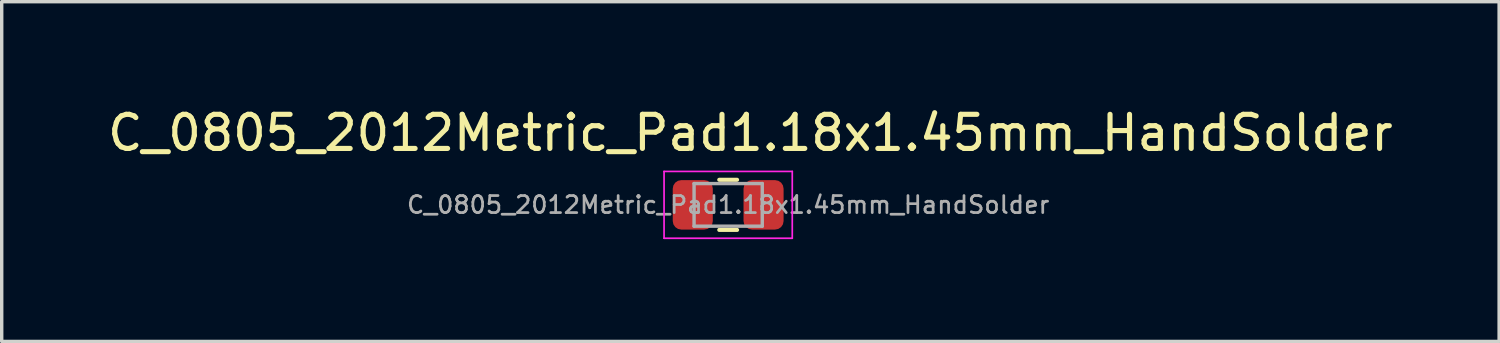
<source format=kicad_pcb>
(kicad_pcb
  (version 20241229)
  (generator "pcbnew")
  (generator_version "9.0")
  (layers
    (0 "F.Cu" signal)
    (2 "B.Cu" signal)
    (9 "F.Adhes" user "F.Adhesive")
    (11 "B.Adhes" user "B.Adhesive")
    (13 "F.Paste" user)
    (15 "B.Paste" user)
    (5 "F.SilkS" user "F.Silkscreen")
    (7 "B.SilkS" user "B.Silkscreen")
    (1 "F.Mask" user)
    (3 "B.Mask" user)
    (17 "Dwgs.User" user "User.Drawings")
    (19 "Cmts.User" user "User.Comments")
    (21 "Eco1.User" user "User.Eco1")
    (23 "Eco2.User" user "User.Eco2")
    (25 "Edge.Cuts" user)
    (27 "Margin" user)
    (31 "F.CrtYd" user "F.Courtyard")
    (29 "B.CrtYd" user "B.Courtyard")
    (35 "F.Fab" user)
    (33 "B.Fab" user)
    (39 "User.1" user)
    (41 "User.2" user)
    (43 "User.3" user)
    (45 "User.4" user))
  (footprint "C_0805_2012Metric_Pad1.18x1.45mm_HandSolder"
    (layer "F.Cu")
    (at 18.306 2.958)
    (property "Reference" "C_0805_2012Metric_Pad1.18x1.45mm_HandSolder" (at 0.652 -2.11 180) (layer "F.SilkS") (effects (font (size 1 1) (thickness 0.15))))
    (attr smd)
    (fp_line (start -0.261 -0.735) (end 0.261 -0.735) (stroke (width 0.12) (type solid)) (layer "F.SilkS"))
    (fp_line (start -0.261 0.735) (end 0.261 0.735) (stroke (width 0.12) (type solid)) (layer "F.SilkS"))
    (fp_line (start -1.88 -0.98) (end 1.88 -0.98) (stroke (width 0.05) (type solid)) (layer "F.CrtYd"))
    (fp_line (start -1.88 0.98) (end -1.88 -0.98) (stroke (width 0.05) (type solid)) (layer "F.CrtYd"))
    (fp_line (start 1.88 -0.98) (end 1.88 0.98) (stroke (width 0.05) (type solid)) (layer "F.CrtYd"))
    (fp_line (start 1.88 0.98) (end -1.88 0.98) (stroke (width 0.05) (type solid)) (layer "F.CrtYd"))
    (fp_line (start -1 -0.625) (end 1 -0.625) (stroke (width 0.1) (type solid)) (layer "F.Fab"))
    (fp_line (start -1 0.625) (end -1 -0.625) (stroke (width 0.1) (type solid)) (layer "F.Fab"))
    (fp_line (start 1 -0.625) (end 1 0.625) (stroke (width 0.1) (type solid)) (layer "F.Fab"))
    (fp_line (start 1 0.625) (end -1 0.625) (stroke (width 0.1) (type solid)) (layer "F.Fab"))
    (fp_text user "${REFERENCE}" (at 0 0 180) (layer "F.Fab") (effects (font (size 0.5 0.5) (thickness 0.08))))
    (pad "1" smd roundrect (at -1.038 0) (size 1.175 1.45) (layers "F.Cu" "F.Mask" "F.Paste") (roundrect_rratio 0.213))
    (pad "2" smd roundrect (at 1.038 0) (size 1.175 1.45) (layers "F.Cu" "F.Mask" "F.Paste") (roundrect_rratio 0.213)))
  (gr_rect
    (start -3 -3)
    (end 40.917 6.963)
    (stroke (width 0.1) (type default))
    (fill no)
    (layer "Edge.Cuts")))
</source>
